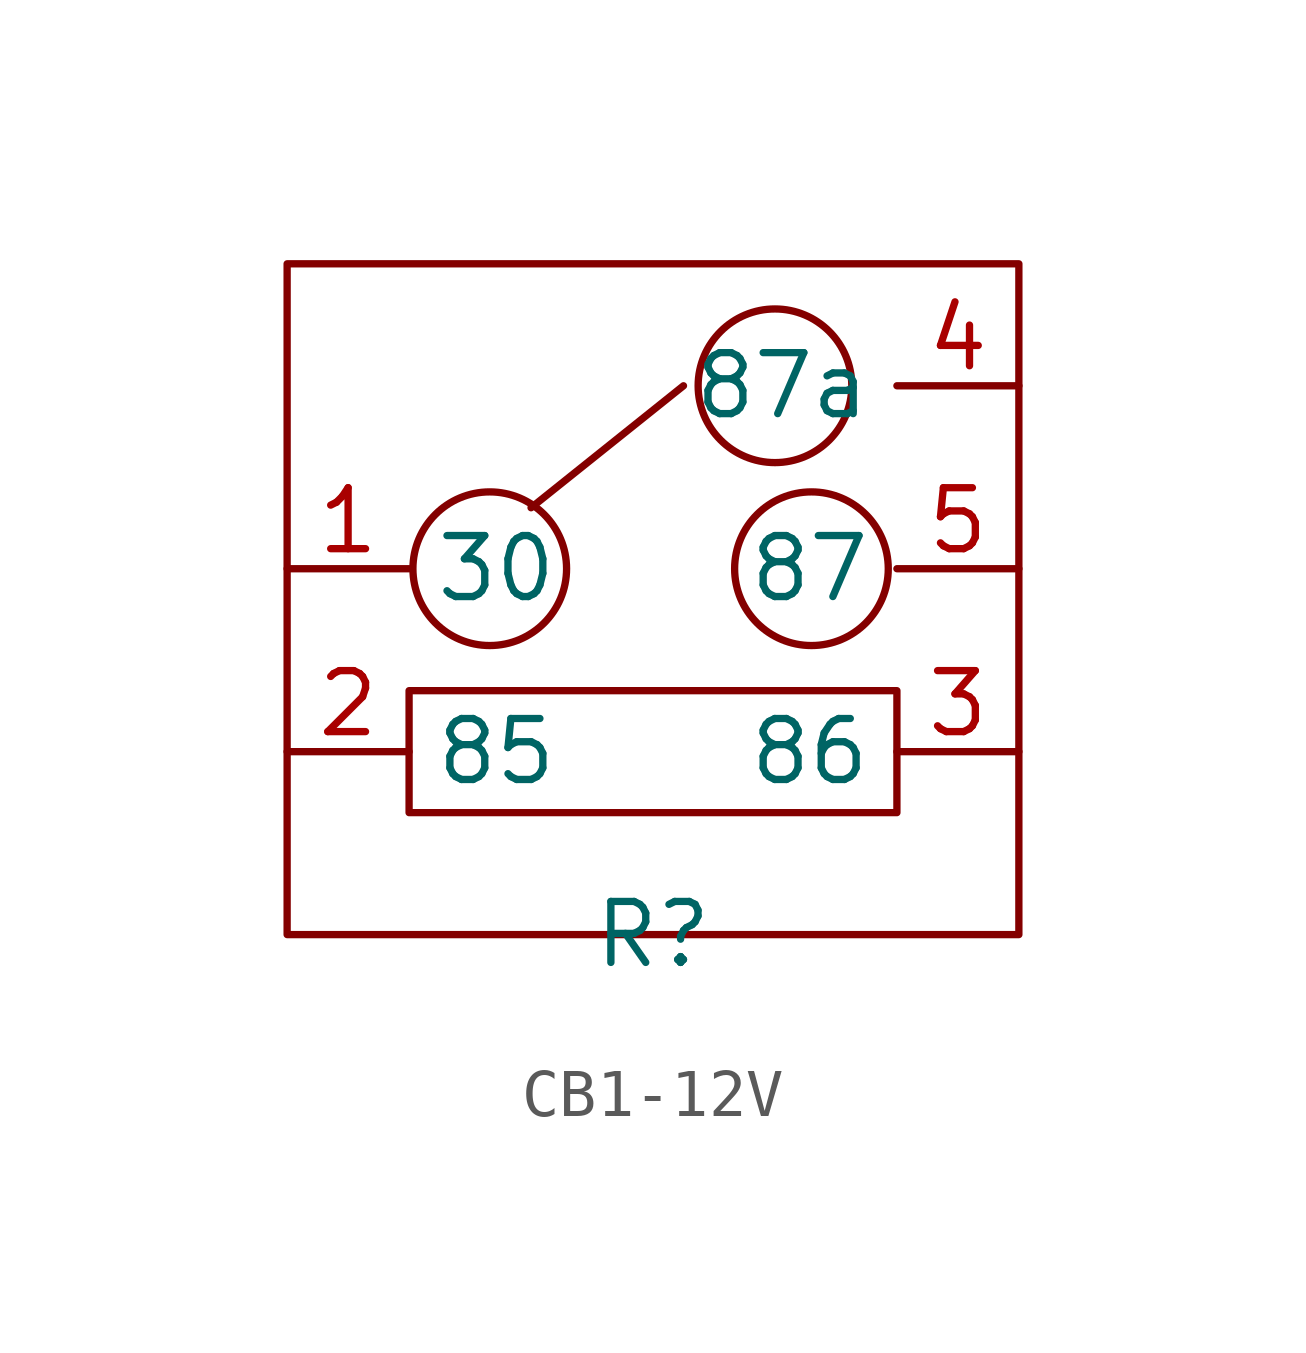
<source format=kicad_sym>
(kicad_symbol_lib
  (version 20231120)
  (generator "kicad_symbol_editor")
  (generator_version "8.0")
  (symbol "CB1-12V"
    (property "Reference" "R"
      (at 0 0 0)
      (effects (font (size 1.27 1.27))))
    (property "Value" ""
      (at 0 0 0)
      (effects (font (size 1.27 1.27))))
    (symbol "CB1-12V_0_1"
      (rectangle (start -7.62 13.97) (end 7.62 0) (stroke (width 0) (type default)) (fill (type none)))
      (rectangle (start -5.08 5.08) (end 5.08 2.54) (stroke (width 0) (type default)) (fill (type none)))
      (circle (center -3.4 7.62) (radius 1.6) (stroke (width 0) (type default)) (fill (type none)))
      (polyline (pts (xy -2.54 8.89) (xy 0.635 11.43)) (stroke (width 0) (type default)) (fill (type none)))
      (circle (center 2.54 11.43) (radius 1.6) (stroke (width 0) (type default)) (fill (type none)))
      (circle (center 3.3 7.62) (radius 1.6) (stroke (width 0) (type default)) (fill (type none))))
    (symbol "CB1-12V_1_1"
      (pin input line (at -7.62 7.62 0) (length 2.54) (name "30" (effects (font (size 1.27 1.27)))) (number "1" (effects (font (size 1.27 1.27)))))
      (pin bidirectional line (at -7.62 3.81 0) (length 2.54) (name "85" (effects (font (size 1.27 1.27)))) (number "2" (effects (font (size 1.27 1.27)))))
      (pin bidirectional line (at 7.62 3.81 180) (length 2.54) (name "86" (effects (font (size 1.27 1.27)))) (number "3" (effects (font (size 1.27 1.27)))))
      (pin output line (at 7.62 11.43 180) (length 2.54) (name "87a" (effects (font (size 1.27 1.27)))) (number "4" (effects (font (size 1.27 1.27)))))
      (pin output line (at 7.62 7.62 180) (length 2.54) (name "87" (effects (font (size 1.27 1.27)))) (number "5" (effects (font (size 1.27 1.27))))))))
</source>
